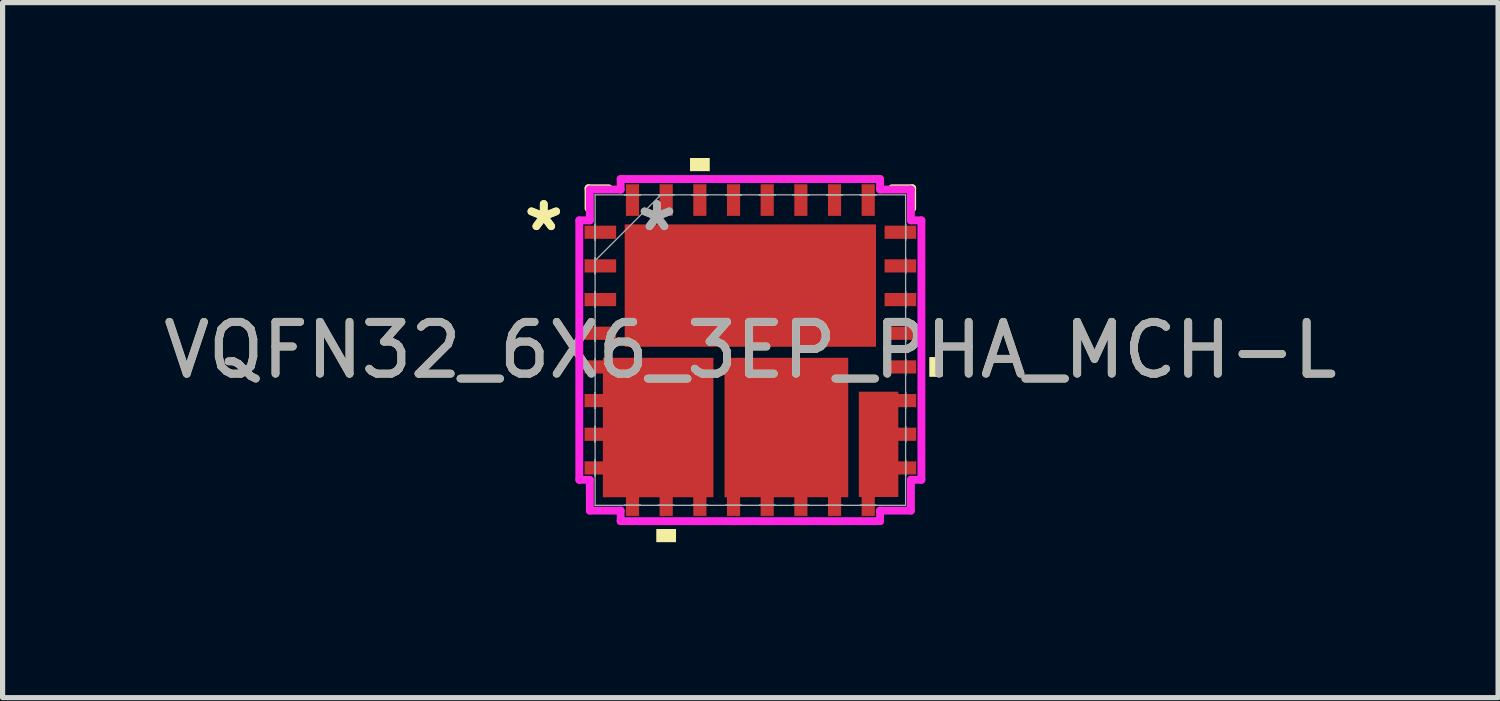
<source format=kicad_pcb>
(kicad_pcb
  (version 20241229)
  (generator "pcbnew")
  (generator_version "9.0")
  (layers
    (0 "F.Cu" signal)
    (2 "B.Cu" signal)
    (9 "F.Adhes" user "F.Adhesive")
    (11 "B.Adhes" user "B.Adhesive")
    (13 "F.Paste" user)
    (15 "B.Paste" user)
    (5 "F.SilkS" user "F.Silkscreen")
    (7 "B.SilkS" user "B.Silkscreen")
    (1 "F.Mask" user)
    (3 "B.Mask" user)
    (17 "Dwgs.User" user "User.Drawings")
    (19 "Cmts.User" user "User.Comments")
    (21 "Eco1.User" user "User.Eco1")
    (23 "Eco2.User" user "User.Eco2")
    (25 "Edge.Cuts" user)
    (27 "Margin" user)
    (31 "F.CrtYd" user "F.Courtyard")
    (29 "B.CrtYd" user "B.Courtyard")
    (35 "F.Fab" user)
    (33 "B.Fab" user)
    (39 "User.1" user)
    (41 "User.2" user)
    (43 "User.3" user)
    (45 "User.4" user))
  (footprint "VQFN32_6X6_3EP_PHA_MCH-L"
    (layer "F.Cu")
    (at 11.435 3.708)
    (property "Reference" "VQFN32_6X6_3EP_PHA_MCH-L" (at 0 0 0) (unlocked yes) (layer "F.SilkS") (effects (font (size 1 1) (thickness 0.15))))
    (attr smd)
    (fp_poly (pts (xy -2.847 0.149) (xy -0.713 0.149) (xy -0.713 2.841) (xy -2.847 2.841)) (stroke (width 0) (type solid)) (fill yes) (layer "F.Cu"))
    (fp_poly (pts (xy -0.499 0.149) (xy 1.889 0.149) (xy 1.889 2.841) (xy -0.499 2.841)) (stroke (width 0) (type solid)) (fill yes) (layer "F.Cu"))
    (fp_poly (pts (xy 2.094 0.804) (xy 2.856 0.804) (xy 2.856 2.836) (xy 2.094 2.836)) (stroke (width 0) (type solid)) (fill yes) (layer "F.Cu"))
    (fp_poly (pts (xy -2.847 0.149) (xy -0.713 0.149) (xy -0.713 2.841) (xy -2.847 2.841)) (stroke (width 0) (type solid)) (fill yes) (layer "F.Mask"))
    (fp_poly (pts (xy -0.499 0.149) (xy 1.889 0.149) (xy 1.889 2.841) (xy -0.499 2.841)) (stroke (width 0) (type solid)) (fill yes) (layer "F.Mask"))
    (fp_poly (pts (xy 2.094 0.804) (xy 2.856 0.804) (xy 2.856 2.836) (xy 2.094 2.836)) (stroke (width 0) (type solid)) (fill yes) (layer "F.Mask"))
    (fp_line (start -3.124 -3.124) (end -3.124 -2.735) (stroke (width 0.152) (type solid)) (layer "F.SilkS"))
    (fp_line (start -2.735 -3.124) (end -3.124 -3.124) (stroke (width 0.152) (type solid)) (layer "F.SilkS"))
    (fp_line (start 3.124 -3.124) (end 2.735 -3.124) (stroke (width 0.152) (type solid)) (layer "F.SilkS"))
    (fp_line (start 3.124 -2.735) (end 3.124 -3.124) (stroke (width 0.152) (type solid)) (layer "F.SilkS"))
    (fp_poly (pts (xy -1.816 3.454) (xy -1.816 3.708) (xy -1.435 3.708) (xy -1.435 3.454)) (stroke (width 0) (type solid)) (fill yes) (layer "F.SilkS"))
    (fp_poly (pts (xy -1.165 -3.454) (xy -1.165 -3.708) (xy -0.784 -3.708) (xy -0.784 -3.454)) (stroke (width 0) (type solid)) (fill yes) (layer "F.SilkS"))
    (fp_poly (pts (xy 3.708 0.135) (xy 3.708 0.516) (xy 3.454 0.516) (xy 3.454 0.135)) (stroke (width 0) (type solid)) (fill yes) (layer "F.SilkS"))
    (fp_poly (pts (xy -2.847 0.149) (xy -0.713 0.149) (xy -0.713 2.841) (xy -2.847 2.841)) (stroke (width 0) (type solid)) (fill yes) (layer "F.Paste"))
    (fp_poly (pts (xy -0.499 0.149) (xy 1.889 0.149) (xy 1.889 2.841) (xy -0.499 2.841)) (stroke (width 0) (type solid)) (fill yes) (layer "F.Paste"))
    (fp_poly (pts (xy 2.094 0.804) (xy 2.856 0.804) (xy 2.856 2.836) (xy 2.094 2.836)) (stroke (width 0) (type solid)) (fill yes) (layer "F.Paste"))
    (fp_line (start -3.302 -2.504) (end -3.099 -2.504) (stroke (width 0.152) (type solid)) (layer "F.CrtYd"))
    (fp_line (start -3.302 2.504) (end -3.302 -2.504) (stroke (width 0.152) (type solid)) (layer "F.CrtYd"))
    (fp_line (start -3.099 -3.099) (end -2.504 -3.099) (stroke (width 0.152) (type solid)) (layer "F.CrtYd"))
    (fp_line (start -3.099 -2.504) (end -3.099 -3.099) (stroke (width 0.152) (type solid)) (layer "F.CrtYd"))
    (fp_line (start -3.099 2.504) (end -3.302 2.504) (stroke (width 0.152) (type solid)) (layer "F.CrtYd"))
    (fp_line (start -3.099 3.099) (end -3.099 2.504) (stroke (width 0.152) (type solid)) (layer "F.CrtYd"))
    (fp_line (start -2.504 -3.302) (end 2.504 -3.302) (stroke (width 0.152) (type solid)) (layer "F.CrtYd"))
    (fp_line (start -2.504 -3.099) (end -2.504 -3.302) (stroke (width 0.152) (type solid)) (layer "F.CrtYd"))
    (fp_line (start -2.504 3.099) (end -3.099 3.099) (stroke (width 0.152) (type solid)) (layer "F.CrtYd"))
    (fp_line (start -2.504 3.302) (end -2.504 3.099) (stroke (width 0.152) (type solid)) (layer "F.CrtYd"))
    (fp_line (start 2.504 -3.302) (end 2.504 -3.099) (stroke (width 0.152) (type solid)) (layer "F.CrtYd"))
    (fp_line (start 2.504 -3.099) (end 3.099 -3.099) (stroke (width 0.152) (type solid)) (layer "F.CrtYd"))
    (fp_line (start 2.504 3.099) (end 2.504 3.302) (stroke (width 0.152) (type solid)) (layer "F.CrtYd"))
    (fp_line (start 2.504 3.302) (end -2.504 3.302) (stroke (width 0.152) (type solid)) (layer "F.CrtYd"))
    (fp_line (start 3.099 -3.099) (end 3.099 -2.504) (stroke (width 0.152) (type solid)) (layer "F.CrtYd"))
    (fp_line (start 3.099 -2.504) (end 3.302 -2.504) (stroke (width 0.152) (type solid)) (layer "F.CrtYd"))
    (fp_line (start 3.099 2.504) (end 3.099 3.099) (stroke (width 0.152) (type solid)) (layer "F.CrtYd"))
    (fp_line (start 3.099 3.099) (end 2.504 3.099) (stroke (width 0.152) (type solid)) (layer "F.CrtYd"))
    (fp_line (start 3.302 -2.504) (end 3.302 2.504) (stroke (width 0.152) (type solid)) (layer "F.CrtYd"))
    (fp_line (start 3.302 2.504) (end 3.099 2.504) (stroke (width 0.152) (type solid)) (layer "F.CrtYd"))
    (fp_line (start -2.997 -2.997) (end -2.997 2.997) (stroke (width 0.025) (type solid)) (layer "F.Fab"))
    (fp_line (start -2.997 -2.427) (end -2.997 -2.427) (stroke (width 0.025) (type solid)) (layer "F.Fab"))
    (fp_line (start -2.997 -2.427) (end -2.997 -2.123) (stroke (width 0.025) (type solid)) (layer "F.Fab"))
    (fp_line (start -2.997 -2.123) (end -2.997 -2.427) (stroke (width 0.025) (type solid)) (layer "F.Fab"))
    (fp_line (start -2.997 -2.123) (end -2.997 -2.123) (stroke (width 0.025) (type solid)) (layer "F.Fab"))
    (fp_line (start -2.997 -1.777) (end -2.997 -1.777) (stroke (width 0.025) (type solid)) (layer "F.Fab"))
    (fp_line (start -2.997 -1.777) (end -2.997 -1.473) (stroke (width 0.025) (type solid)) (layer "F.Fab"))
    (fp_line (start -2.997 -1.727) (end -1.727 -2.997) (stroke (width 0.025) (type solid)) (layer "F.Fab"))
    (fp_line (start -2.997 -1.473) (end -2.997 -1.777) (stroke (width 0.025) (type solid)) (layer "F.Fab"))
    (fp_line (start -2.997 -1.473) (end -2.997 -1.473) (stroke (width 0.025) (type solid)) (layer "F.Fab"))
    (fp_line (start -2.997 -1.127) (end -2.997 -1.127) (stroke (width 0.025) (type solid)) (layer "F.Fab"))
    (fp_line (start -2.997 -1.127) (end -2.997 -0.823) (stroke (width 0.025) (type solid)) (layer "F.Fab"))
    (fp_line (start -2.997 -0.823) (end -2.997 -1.127) (stroke (width 0.025) (type solid)) (layer "F.Fab"))
    (fp_line (start -2.997 -0.823) (end -2.997 -0.823) (stroke (width 0.025) (type solid)) (layer "F.Fab"))
    (fp_line (start -2.997 -0.477) (end -2.997 -0.477) (stroke (width 0.025) (type solid)) (layer "F.Fab"))
    (fp_line (start -2.997 -0.477) (end -2.997 -0.173) (stroke (width 0.025) (type solid)) (layer "F.Fab"))
    (fp_line (start -2.997 -0.173) (end -2.997 -0.477) (stroke (width 0.025) (type solid)) (layer "F.Fab"))
    (fp_line (start -2.997 -0.173) (end -2.997 -0.173) (stroke (width 0.025) (type solid)) (layer "F.Fab"))
    (fp_line (start -2.997 0.173) (end -2.997 0.173) (stroke (width 0.025) (type solid)) (layer "F.Fab"))
    (fp_line (start -2.997 0.173) (end -2.997 0.477) (stroke (width 0.025) (type solid)) (layer "F.Fab"))
    (fp_line (start -2.997 0.477) (end -2.997 0.173) (stroke (width 0.025) (type solid)) (layer "F.Fab"))
    (fp_line (start -2.997 0.477) (end -2.997 0.477) (stroke (width 0.025) (type solid)) (layer "F.Fab"))
    (fp_line (start -2.997 0.823) (end -2.997 0.823) (stroke (width 0.025) (type solid)) (layer "F.Fab"))
    (fp_line (start -2.997 0.823) (end -2.997 1.127) (stroke (width 0.025) (type solid)) (layer "F.Fab"))
    (fp_line (start -2.997 1.127) (end -2.997 0.823) (stroke (width 0.025) (type solid)) (layer "F.Fab"))
    (fp_line (start -2.997 1.127) (end -2.997 1.127) (stroke (width 0.025) (type solid)) (layer "F.Fab"))
    (fp_line (start -2.997 1.473) (end -2.997 1.473) (stroke (width 0.025) (type solid)) (layer "F.Fab"))
    (fp_line (start -2.997 1.473) (end -2.997 1.777) (stroke (width 0.025) (type solid)) (layer "F.Fab"))
    (fp_line (start -2.997 1.777) (end -2.997 1.473) (stroke (width 0.025) (type solid)) (layer "F.Fab"))
    (fp_line (start -2.997 1.777) (end -2.997 1.777) (stroke (width 0.025) (type solid)) (layer "F.Fab"))
    (fp_line (start -2.997 2.123) (end -2.997 2.123) (stroke (width 0.025) (type solid)) (layer "F.Fab"))
    (fp_line (start -2.997 2.123) (end -2.997 2.427) (stroke (width 0.025) (type solid)) (layer "F.Fab"))
    (fp_line (start -2.997 2.427) (end -2.997 2.123) (stroke (width 0.025) (type solid)) (layer "F.Fab"))
    (fp_line (start -2.997 2.427) (end -2.997 2.427) (stroke (width 0.025) (type solid)) (layer "F.Fab"))
    (fp_line (start -2.997 2.997) (end 2.997 2.997) (stroke (width 0.025) (type solid)) (layer "F.Fab"))
    (fp_line (start -2.427 -2.997) (end -2.427 -2.997) (stroke (width 0.025) (type solid)) (layer "F.Fab"))
    (fp_line (start -2.427 -2.997) (end -2.123 -2.997) (stroke (width 0.025) (type solid)) (layer "F.Fab"))
    (fp_line (start -2.427 2.997) (end -2.427 2.997) (stroke (width 0.025) (type solid)) (layer "F.Fab"))
    (fp_line (start -2.427 2.997) (end -2.123 2.997) (stroke (width 0.025) (type solid)) (layer "F.Fab"))
    (fp_line (start -2.123 -2.997) (end -2.427 -2.997) (stroke (width 0.025) (type solid)) (layer "F.Fab"))
    (fp_line (start -2.123 -2.997) (end -2.123 -2.997) (stroke (width 0.025) (type solid)) (layer "F.Fab"))
    (fp_line (start -2.123 2.997) (end -2.427 2.997) (stroke (width 0.025) (type solid)) (layer "F.Fab"))
    (fp_line (start -2.123 2.997) (end -2.123 2.997) (stroke (width 0.025) (type solid)) (layer "F.Fab"))
    (fp_line (start -1.777 -2.997) (end -1.777 -2.997) (stroke (width 0.025) (type solid)) (layer "F.Fab"))
    (fp_line (start -1.777 -2.997) (end -1.473 -2.997) (stroke (width 0.025) (type solid)) (layer "F.Fab"))
    (fp_line (start -1.777 2.997) (end -1.777 2.997) (stroke (width 0.025) (type solid)) (layer "F.Fab"))
    (fp_line (start -1.777 2.997) (end -1.473 2.997) (stroke (width 0.025) (type solid)) (layer "F.Fab"))
    (fp_line (start -1.473 -2.997) (end -1.777 -2.997) (stroke (width 0.025) (type solid)) (layer "F.Fab"))
    (fp_line (start -1.473 -2.997) (end -1.473 -2.997) (stroke (width 0.025) (type solid)) (layer "F.Fab"))
    (fp_line (start -1.473 2.997) (end -1.777 2.997) (stroke (width 0.025) (type solid)) (layer "F.Fab"))
    (fp_line (start -1.473 2.997) (end -1.473 2.997) (stroke (width 0.025) (type solid)) (layer "F.Fab"))
    (fp_line (start -1.127 -2.997) (end -1.127 -2.997) (stroke (width 0.025) (type solid)) (layer "F.Fab"))
    (fp_line (start -1.127 -2.997) (end -0.823 -2.997) (stroke (width 0.025) (type solid)) (layer "F.Fab"))
    (fp_line (start -1.127 2.997) (end -1.127 2.997) (stroke (width 0.025) (type solid)) (layer "F.Fab"))
    (fp_line (start -1.127 2.997) (end -0.823 2.997) (stroke (width 0.025) (type solid)) (layer "F.Fab"))
    (fp_line (start -0.823 -2.997) (end -1.127 -2.997) (stroke (width 0.025) (type solid)) (layer "F.Fab"))
    (fp_line (start -0.823 -2.997) (end -0.823 -2.997) (stroke (width 0.025) (type solid)) (layer "F.Fab"))
    (fp_line (start -0.823 2.997) (end -1.127 2.997) (stroke (width 0.025) (type solid)) (layer "F.Fab"))
    (fp_line (start -0.823 2.997) (end -0.823 2.997) (stroke (width 0.025) (type solid)) (layer "F.Fab"))
    (fp_line (start -0.477 -2.997) (end -0.477 -2.997) (stroke (width 0.025) (type solid)) (layer "F.Fab"))
    (fp_line (start -0.477 -2.997) (end -0.173 -2.997) (stroke (width 0.025) (type solid)) (layer "F.Fab"))
    (fp_line (start -0.477 2.997) (end -0.477 2.997) (stroke (width 0.025) (type solid)) (layer "F.Fab"))
    (fp_line (start -0.477 2.997) (end -0.173 2.997) (stroke (width 0.025) (type solid)) (layer "F.Fab"))
    (fp_line (start -0.173 -2.997) (end -0.477 -2.997) (stroke (width 0.025) (type solid)) (layer "F.Fab"))
    (fp_line (start -0.173 -2.997) (end -0.173 -2.997) (stroke (width 0.025) (type solid)) (layer "F.Fab"))
    (fp_line (start -0.173 2.997) (end -0.477 2.997) (stroke (width 0.025) (type solid)) (layer "F.Fab"))
    (fp_line (start -0.173 2.997) (end -0.173 2.997) (stroke (width 0.025) (type solid)) (layer "F.Fab"))
    (fp_line (start 0.173 -2.997) (end 0.173 -2.997) (stroke (width 0.025) (type solid)) (layer "F.Fab"))
    (fp_line (start 0.173 -2.997) (end 0.477 -2.997) (stroke (width 0.025) (type solid)) (layer "F.Fab"))
    (fp_line (start 0.173 2.997) (end 0.173 2.997) (stroke (width 0.025) (type solid)) (layer "F.Fab"))
    (fp_line (start 0.173 2.997) (end 0.477 2.997) (stroke (width 0.025) (type solid)) (layer "F.Fab"))
    (fp_line (start 0.477 -2.997) (end 0.173 -2.997) (stroke (width 0.025) (type solid)) (layer "F.Fab"))
    (fp_line (start 0.477 -2.997) (end 0.477 -2.997) (stroke (width 0.025) (type solid)) (layer "F.Fab"))
    (fp_line (start 0.477 2.997) (end 0.173 2.997) (stroke (width 0.025) (type solid)) (layer "F.Fab"))
    (fp_line (start 0.477 2.997) (end 0.477 2.997) (stroke (width 0.025) (type solid)) (layer "F.Fab"))
    (fp_line (start 0.823 -2.997) (end 0.823 -2.997) (stroke (width 0.025) (type solid)) (layer "F.Fab"))
    (fp_line (start 0.823 -2.997) (end 1.127 -2.997) (stroke (width 0.025) (type solid)) (layer "F.Fab"))
    (fp_line (start 0.823 2.997) (end 0.823 2.997) (stroke (width 0.025) (type solid)) (layer "F.Fab"))
    (fp_line (start 0.823 2.997) (end 1.127 2.997) (stroke (width 0.025) (type solid)) (layer "F.Fab"))
    (fp_line (start 1.127 -2.997) (end 0.823 -2.997) (stroke (width 0.025) (type solid)) (layer "F.Fab"))
    (fp_line (start 1.127 -2.997) (end 1.127 -2.997) (stroke (width 0.025) (type solid)) (layer "F.Fab"))
    (fp_line (start 1.127 2.997) (end 0.823 2.997) (stroke (width 0.025) (type solid)) (layer "F.Fab"))
    (fp_line (start 1.127 2.997) (end 1.127 2.997) (stroke (width 0.025) (type solid)) (layer "F.Fab"))
    (fp_line (start 1.473 -2.997) (end 1.473 -2.997) (stroke (width 0.025) (type solid)) (layer "F.Fab"))
    (fp_line (start 1.473 -2.997) (end 1.777 -2.997) (stroke (width 0.025) (type solid)) (layer "F.Fab"))
    (fp_line (start 1.473 2.997) (end 1.473 2.997) (stroke (width 0.025) (type solid)) (layer "F.Fab"))
    (fp_line (start 1.473 2.997) (end 1.777 2.997) (stroke (width 0.025) (type solid)) (layer "F.Fab"))
    (fp_line (start 1.777 -2.997) (end 1.473 -2.997) (stroke (width 0.025) (type solid)) (layer "F.Fab"))
    (fp_line (start 1.777 -2.997) (end 1.777 -2.997) (stroke (width 0.025) (type solid)) (layer "F.Fab"))
    (fp_line (start 1.777 2.997) (end 1.473 2.997) (stroke (width 0.025) (type solid)) (layer "F.Fab"))
    (fp_line (start 1.777 2.997) (end 1.777 2.997) (stroke (width 0.025) (type solid)) (layer "F.Fab"))
    (fp_line (start 2.123 -2.997) (end 2.123 -2.997) (stroke (width 0.025) (type solid)) (layer "F.Fab"))
    (fp_line (start 2.123 -2.997) (end 2.427 -2.997) (stroke (width 0.025) (type solid)) (layer "F.Fab"))
    (fp_line (start 2.123 2.997) (end 2.123 2.997) (stroke (width 0.025) (type solid)) (layer "F.Fab"))
    (fp_line (start 2.123 2.997) (end 2.427 2.997) (stroke (width 0.025) (type solid)) (layer "F.Fab"))
    (fp_line (start 2.427 -2.997) (end 2.123 -2.997) (stroke (width 0.025) (type solid)) (layer "F.Fab"))
    (fp_line (start 2.427 -2.997) (end 2.427 -2.997) (stroke (width 0.025) (type solid)) (layer "F.Fab"))
    (fp_line (start 2.427 2.997) (end 2.123 2.997) (stroke (width 0.025) (type solid)) (layer "F.Fab"))
    (fp_line (start 2.427 2.997) (end 2.427 2.997) (stroke (width 0.025) (type solid)) (layer "F.Fab"))
    (fp_line (start 2.997 -2.997) (end -2.997 -2.997) (stroke (width 0.025) (type solid)) (layer "F.Fab"))
    (fp_line (start 2.997 -2.427) (end 2.997 -2.427) (stroke (width 0.025) (type solid)) (layer "F.Fab"))
    (fp_line (start 2.997 -2.427) (end 2.997 -2.123) (stroke (width 0.025) (type solid)) (layer "F.Fab"))
    (fp_line (start 2.997 -2.123) (end 2.997 -2.427) (stroke (width 0.025) (type solid)) (layer "F.Fab"))
    (fp_line (start 2.997 -2.123) (end 2.997 -2.123) (stroke (width 0.025) (type solid)) (layer "F.Fab"))
    (fp_line (start 2.997 -1.777) (end 2.997 -1.777) (stroke (width 0.025) (type solid)) (layer "F.Fab"))
    (fp_line (start 2.997 -1.777) (end 2.997 -1.473) (stroke (width 0.025) (type solid)) (layer "F.Fab"))
    (fp_line (start 2.997 -1.473) (end 2.997 -1.777) (stroke (width 0.025) (type solid)) (layer "F.Fab"))
    (fp_line (start 2.997 -1.473) (end 2.997 -1.473) (stroke (width 0.025) (type solid)) (layer "F.Fab"))
    (fp_line (start 2.997 -1.127) (end 2.997 -1.127) (stroke (width 0.025) (type solid)) (layer "F.Fab"))
    (fp_line (start 2.997 -1.127) (end 2.997 -0.823) (stroke (width 0.025) (type solid)) (layer "F.Fab"))
    (fp_line (start 2.997 -0.823) (end 2.997 -1.127) (stroke (width 0.025) (type solid)) (layer "F.Fab"))
    (fp_line (start 2.997 -0.823) (end 2.997 -0.823) (stroke (width 0.025) (type solid)) (layer "F.Fab"))
    (fp_line (start 2.997 -0.477) (end 2.997 -0.477) (stroke (width 0.025) (type solid)) (layer "F.Fab"))
    (fp_line (start 2.997 -0.477) (end 2.997 -0.173) (stroke (width 0.025) (type solid)) (layer "F.Fab"))
    (fp_line (start 2.997 -0.173) (end 2.997 -0.477) (stroke (width 0.025) (type solid)) (layer "F.Fab"))
    (fp_line (start 2.997 -0.173) (end 2.997 -0.173) (stroke (width 0.025) (type solid)) (layer "F.Fab"))
    (fp_line (start 2.997 0.173) (end 2.997 0.173) (stroke (width 0.025) (type solid)) (layer "F.Fab"))
    (fp_line (start 2.997 0.173) (end 2.997 0.477) (stroke (width 0.025) (type solid)) (layer "F.Fab"))
    (fp_line (start 2.997 0.477) (end 2.997 0.173) (stroke (width 0.025) (type solid)) (layer "F.Fab"))
    (fp_line (start 2.997 0.477) (end 2.997 0.477) (stroke (width 0.025) (type solid)) (layer "F.Fab"))
    (fp_line (start 2.997 0.823) (end 2.997 0.823) (stroke (width 0.025) (type solid)) (layer "F.Fab"))
    (fp_line (start 2.997 0.823) (end 2.997 1.127) (stroke (width 0.025) (type solid)) (layer "F.Fab"))
    (fp_line (start 2.997 1.127) (end 2.997 0.823) (stroke (width 0.025) (type solid)) (layer "F.Fab"))
    (fp_line (start 2.997 1.127) (end 2.997 1.127) (stroke (width 0.025) (type solid)) (layer "F.Fab"))
    (fp_line (start 2.997 1.473) (end 2.997 1.473) (stroke (width 0.025) (type solid)) (layer "F.Fab"))
    (fp_line (start 2.997 1.473) (end 2.997 1.777) (stroke (width 0.025) (type solid)) (layer "F.Fab"))
    (fp_line (start 2.997 1.777) (end 2.997 1.473) (stroke (width 0.025) (type solid)) (layer "F.Fab"))
    (fp_line (start 2.997 1.777) (end 2.997 1.777) (stroke (width 0.025) (type solid)) (layer "F.Fab"))
    (fp_line (start 2.997 2.123) (end 2.997 2.123) (stroke (width 0.025) (type solid)) (layer "F.Fab"))
    (fp_line (start 2.997 2.123) (end 2.997 2.427) (stroke (width 0.025) (type solid)) (layer "F.Fab"))
    (fp_line (start 2.997 2.427) (end 2.997 2.123) (stroke (width 0.025) (type solid)) (layer "F.Fab"))
    (fp_line (start 2.997 2.427) (end 2.997 2.427) (stroke (width 0.025) (type solid)) (layer "F.Fab"))
    (fp_line (start 2.997 2.997) (end 2.997 -2.997) (stroke (width 0.025) (type solid)) (layer "F.Fab"))
    (fp_text user "*" (at -3.988 -2.275 0) (unlocked yes) (layer "F.SilkS") (effects (font (size 1 1) (thickness 0.15))))
    (fp_text user "*" (at -3.988 -2.275 0) (layer "F.SilkS") (effects (font (size 1 1) (thickness 0.15))))
    (fp_text user "${REFERENCE}" (at 0 0 0) (unlocked yes) (layer "F.Fab") (effects (font (size 1 1) (thickness 0.15))))
    (fp_text user "*" (at -1.803 -2.275 0) (unlocked yes) (layer "F.Fab") (effects (font (size 1 1) (thickness 0.15))))
    (fp_text user "*" (at -1.803 -2.275 0) (layer "F.Fab") (effects (font (size 1 1) (thickness 0.15))))
    (pad "1" smd rect (at -2.896 -2.275 90) (size 0.254 0.61) (layers "F.Cu" "F.Mask" "F.Paste"))
    (pad "2" smd rect (at -2.896 -1.625 90) (size 0.254 0.61) (layers "F.Cu" "F.Mask" "F.Paste"))
    (pad "3" smd rect (at -2.896 -0.975 90) (size 0.254 0.61) (layers "F.Cu" "F.Mask" "F.Paste"))
    (pad "4" smd rect (at -2.896 -0.325 90) (size 0.254 0.61) (layers "F.Cu" "F.Mask" "F.Paste"))
    (pad "5" smd rect (at -2.896 0.325 90) (size 0.254 0.61) (layers "F.Cu" "F.Mask" "F.Paste"))
    (pad "6" smd rect (at -2.896 0.975 90) (size 0.254 0.61) (layers "F.Cu" "F.Mask" "F.Paste"))
    (pad "7" smd rect (at -2.896 1.625 90) (size 0.254 0.61) (layers "F.Cu" "F.Mask" "F.Paste"))
    (pad "8" smd rect (at -2.896 2.275 90) (size 0.254 0.61) (layers "F.Cu" "F.Mask" "F.Paste"))
    (pad "9" smd rect (at -2.275 2.896) (size 0.254 0.61) (layers "F.Cu" "F.Mask" "F.Paste"))
    (pad "10" smd rect (at -1.625 2.896) (size 0.254 0.61) (layers "F.Cu" "F.Mask" "F.Paste"))
    (pad "11" smd rect (at -0.975 2.896) (size 0.254 0.61) (layers "F.Cu" "F.Mask" "F.Paste"))
    (pad "12" smd rect (at -0.325 2.896) (size 0.254 0.61) (layers "F.Cu" "F.Mask" "F.Paste"))
    (pad "13" smd rect (at 0.325 2.896) (size 0.254 0.61) (layers "F.Cu" "F.Mask" "F.Paste"))
    (pad "14" smd rect (at 0.975 2.896) (size 0.254 0.61) (layers "F.Cu" "F.Mask" "F.Paste"))
    (pad "15" smd rect (at 1.625 2.896) (size 0.254 0.61) (layers "F.Cu" "F.Mask" "F.Paste"))
    (pad "16" smd rect (at 2.275 2.896) (size 0.254 0.61) (layers "F.Cu" "F.Mask" "F.Paste"))
    (pad "17" smd rect (at 2.896 2.275 90) (size 0.254 0.61) (layers "F.Cu" "F.Mask" "F.Paste"))
    (pad "18" smd rect (at 2.896 1.625 90) (size 0.254 0.61) (layers "F.Cu" "F.Mask" "F.Paste"))
    (pad "19" smd rect (at 2.896 0.975 90) (size 0.254 0.61) (layers "F.Cu" "F.Mask" "F.Paste"))
    (pad "20" smd rect (at 2.896 0.325 90) (size 0.254 0.61) (layers "F.Cu" "F.Mask" "F.Paste"))
    (pad "21" smd rect (at 2.896 -0.325 90) (size 0.254 0.61) (layers "F.Cu" "F.Mask" "F.Paste"))
    (pad "22" smd rect (at 2.896 -0.975 90) (size 0.254 0.61) (layers "F.Cu" "F.Mask" "F.Paste"))
    (pad "23" smd rect (at 2.896 -1.625 90) (size 0.254 0.61) (layers "F.Cu" "F.Mask" "F.Paste"))
    (pad "24" smd rect (at 2.896 -2.275 90) (size 0.254 0.61) (layers "F.Cu" "F.Mask" "F.Paste"))
    (pad "25" smd rect (at 2.275 -2.896) (size 0.254 0.61) (layers "F.Cu" "F.Mask" "F.Paste"))
    (pad "26" smd rect (at 1.625 -2.896) (size 0.254 0.61) (layers "F.Cu" "F.Mask" "F.Paste"))
    (pad "27" smd rect (at 0.975 -2.896) (size 0.254 0.61) (layers "F.Cu" "F.Mask" "F.Paste"))
    (pad "28" smd rect (at 0.325 -2.896) (size 0.254 0.61) (layers "F.Cu" "F.Mask" "F.Paste"))
    (pad "29" smd rect (at -0.325 -2.896) (size 0.254 0.61) (layers "F.Cu" "F.Mask" "F.Paste"))
    (pad "30" smd rect (at -0.975 -2.896) (size 0.254 0.61) (layers "F.Cu" "F.Mask" "F.Paste"))
    (pad "31" smd rect (at -1.625 -2.896) (size 0.254 0.61) (layers "F.Cu" "F.Mask" "F.Paste"))
    (pad "32" smd rect (at -2.275 -2.896) (size 0.254 0.61) (layers "F.Cu" "F.Mask" "F.Paste"))
    (pad "33" smd rect (at 0 -1.245) (size 4.851 2.362) (layers "F.Cu" "F.Mask" "F.Paste")))
  (gr_rect
    (start -3 -3)
    (end 25.869 10.417)
    (stroke (width 0.1) (type default))
    (fill no)
    (layer "Edge.Cuts")))
</source>
